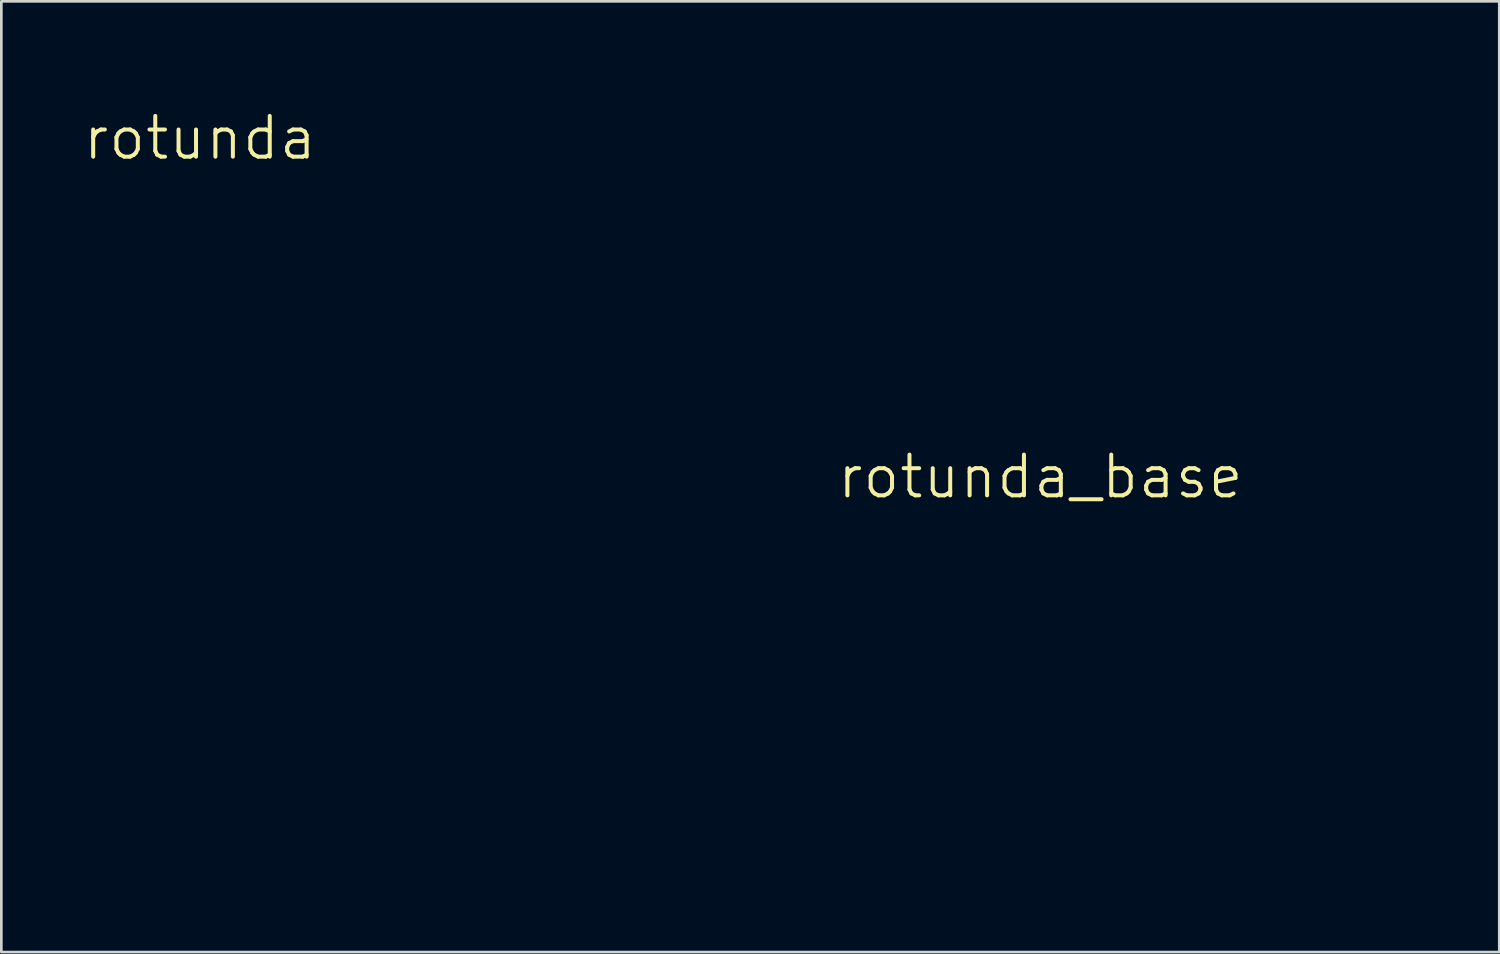
<source format=kicad_pcb>
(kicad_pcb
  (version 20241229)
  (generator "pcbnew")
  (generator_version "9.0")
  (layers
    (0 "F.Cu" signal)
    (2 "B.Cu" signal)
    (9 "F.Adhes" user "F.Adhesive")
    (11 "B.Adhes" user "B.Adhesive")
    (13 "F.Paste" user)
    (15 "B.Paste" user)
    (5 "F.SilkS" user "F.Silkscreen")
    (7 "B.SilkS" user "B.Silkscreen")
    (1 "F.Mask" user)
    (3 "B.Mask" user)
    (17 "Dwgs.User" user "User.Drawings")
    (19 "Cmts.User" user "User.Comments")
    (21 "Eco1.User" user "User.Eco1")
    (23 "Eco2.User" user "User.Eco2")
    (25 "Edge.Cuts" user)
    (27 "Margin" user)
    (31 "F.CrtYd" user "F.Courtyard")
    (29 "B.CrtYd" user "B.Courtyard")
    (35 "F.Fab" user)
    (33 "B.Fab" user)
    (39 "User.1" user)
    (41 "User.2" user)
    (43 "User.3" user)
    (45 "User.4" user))
  (footprint "rotunda_base"
    (layer "F.Cu")
    (at 35.868 14.782)
    (property "Reference" "rotunda_base" (at 0 0 0) (layer "F.SilkS") (effects (font (size 1.524 1.524) (thickness 0.15))))
    (attr through_hole)
    (fp_poly (pts (xy -0.341 -14.782) (xy -8.413 -12.159) (xy -8.964 -11.758) (xy -7.698 -10.098) (xy -7.225 -10.442) (xy -0.292 -12.694) (xy 0.292 -12.694) (xy 7.225 -10.442) (xy 7.698 -10.098) (xy 11.983 -4.201) (xy 12.164 -3.645) (xy 12.164 3.645) (xy 11.983 4.201) (xy 7.698 10.098) (xy 7.225 10.442) (xy 0.292 12.694) (xy -0.292 12.694) (xy -7.225 10.442) (xy -7.698 10.098) (xy -11.983 4.201) (xy -12.164 3.645) (xy -12.164 -3.645) (xy -11.983 -4.201) (xy -7.698 -10.098) (xy -8.964 -11.758) (xy -13.954 -4.892) (xy -14.163 -4.245) (xy -14.163 4.245) (xy -13.954 4.892) (xy -8.964 11.758) (xy -8.413 12.159) (xy -0.341 14.782) (xy 0.341 14.782) (xy 8.413 12.159) (xy 8.964 11.758) (xy 13.954 4.892) (xy 14.163 4.245) (xy 14.163 -4.245) (xy 13.954 -4.892) (xy 8.964 -11.758) (xy 8.413 -12.159) (xy 0.341 -14.782) (xy -0.341 -14.782)) (stroke (width 0.000001) (type solid)) (fill yes) (layer "F.Mask"))
    (fp_poly (pts (xy -0.341 -14.782) (xy -8.413 -12.159) (xy -8.964 -11.758) (xy -13.954 -4.892) (xy -14.163 -4.245) (xy -14.163 4.245) (xy -13.954 4.892) (xy -8.964 11.758) (xy -8.413 12.159) (xy -0.341 14.782) (xy 0.341 14.782) (xy 8.413 12.159) (xy 8.964 11.758) (xy 7.698 10.098) (xy 7.225 10.442) (xy 0.292 12.694) (xy -0.292 12.694) (xy -7.225 10.442) (xy -7.698 10.098) (xy -11.983 4.201) (xy -12.164 3.645) (xy -12.164 -3.645) (xy -11.983 -4.201) (xy -7.698 -10.098) (xy -7.225 -10.442) (xy -0.292 -12.694) (xy 0.292 -12.694) (xy 7.225 -10.442) (xy 7.698 -10.098) (xy 11.983 -4.201) (xy 12.164 -3.645) (xy 12.164 3.645) (xy 11.983 4.201) (xy 7.698 10.098) (xy 8.964 11.758) (xy 13.954 4.892) (xy 14.163 4.245) (xy 14.163 -4.245) (xy 13.954 -4.892) (xy 8.964 -11.758) (xy 8.413 -12.159) (xy 0.341 -14.782) (xy -0.341 -14.782)) (stroke (width 0.000001) (type solid)) (fill yes) (layer "B.Mask")))
  (footprint "rotunda"
    (layer "F.Cu")
    (at 4.427 2.113)
    (property "Reference" "rotunda" (at 0 0 0) (layer "F.SilkS") (effects (font (size 1.524 1.524) (thickness 0.15))))
    (attr through_hole)
    (fp_poly (pts (xy 7.348 -2.113) (xy 7.309 -2.113) (xy 7.271 -2.113) (xy 7.232 -2.112) (xy 7.194 -2.11) (xy 7.155 -2.107) (xy 7.117 -2.104) (xy 7.079 -2.1) (xy 7.041 -2.095) (xy 7.003 -2.09) (xy 6.965 -2.083) (xy 6.927 -2.077) (xy 6.889 -2.069) (xy 6.852 -2.061) (xy 6.814 -2.052) (xy 6.777 -2.043) (xy 6.74 -2.032) (xy 6.703 -2.021) (xy 6.666 -2.01) (xy -0.328 0.262) (xy -0.368 0.275) (xy -0.407 0.289) (xy -0.446 0.304) (xy -0.484 0.319) (xy -0.522 0.336) (xy -0.56 0.353) (xy -0.598 0.37) (xy -0.635 0.389) (xy -0.671 0.408) (xy -0.708 0.428) (xy -0.743 0.448) (xy -0.779 0.47) (xy -0.814 0.491) (xy -0.848 0.514) (xy -0.882 0.537) (xy -0.916 0.561) (xy -0.949 0.586) (xy -0.982 0.611) (xy -1.014 0.637) (xy -1.046 0.663) (xy -1.077 0.69) (xy -1.107 0.718) (xy -1.137 0.746) (xy -1.167 0.775) (xy -1.196 0.805) (xy -1.224 0.835) (xy -1.252 0.865) (xy -1.28 0.897) (xy -1.306 0.929) (xy -1.332 0.961) (xy -1.358 0.994) (xy -1.383 1.027) (xy 0.324 2.272) (xy 7.318 -0.000289) (xy 7.842 0.169) (xy 12.164 6.12) (xy 12.164 6.669) (xy 7.842 12.619) (xy 7.318 12.789) (xy 0.324 10.517) (xy 0 10.071) (xy 0 2.718) (xy 0.324 2.272) (xy -1.383 1.027) (xy -1.707 1.473) (xy -1.731 1.507) (xy -1.755 1.541) (xy -1.778 1.576) (xy -1.8 1.611) (xy -1.822 1.647) (xy -1.842 1.683) (xy -1.862 1.72) (xy -1.882 1.757) (xy -1.9 1.794) (xy -1.918 1.831) (xy -1.935 1.869) (xy -1.951 1.907) (xy -1.967 1.946) (xy -1.982 1.984) (xy -1.996 2.023) (xy -2.009 2.062) (xy -2.021 2.102) (xy -2.033 2.142) (xy -2.044 2.182) (xy -2.054 2.222) (xy -2.063 2.262) (xy -2.072 2.303) (xy -2.08 2.344) (xy -2.087 2.385) (xy -2.093 2.426) (xy -2.098 2.467) (xy -2.103 2.508) (xy -2.107 2.55) (xy -2.109 2.591) (xy -2.112 2.633) (xy -2.113 2.675) (xy -2.113 2.717) (xy -2.113 10.07) (xy -2.113 10.112) (xy -2.112 10.154) (xy -2.11 10.195) (xy -2.107 10.237) (xy -2.103 10.278) (xy -2.099 10.319) (xy -2.093 10.36) (xy -2.087 10.401) (xy -2.08 10.442) (xy -2.073 10.483) (xy -2.064 10.523) (xy -2.055 10.563) (xy -2.045 10.603) (xy -2.034 10.643) (xy -2.023 10.683) (xy -2.01 10.722) (xy -1.997 10.761) (xy -1.983 10.8) (xy -1.969 10.839) (xy -1.953 10.877) (xy -1.937 10.915) (xy -1.92 10.953) (xy -1.902 10.99) (xy -1.884 11.027) (xy -1.865 11.064) (xy -1.845 11.1) (xy -1.825 11.136) (xy -1.803 11.172) (xy -1.781 11.207) (xy -1.759 11.242) (xy -1.735 11.277) (xy -1.711 11.311) (xy -1.387 11.758) (xy -1.362 11.791) (xy -1.336 11.825) (xy -1.31 11.857) (xy -1.283 11.889) (xy -1.256 11.921) (xy -1.228 11.951) (xy -1.199 11.982) (xy -1.17 12.011) (xy -1.141 12.04) (xy -1.111 12.069) (xy -1.08 12.097) (xy -1.049 12.124) (xy -1.017 12.151) (xy -0.985 12.177) (xy -0.952 12.202) (xy -0.919 12.227) (xy -0.885 12.251) (xy -0.851 12.274) (xy -0.816 12.297) (xy -0.781 12.319) (xy -0.745 12.34) (xy -0.709 12.361) (xy -0.673 12.381) (xy -0.636 12.4) (xy -0.599 12.418) (xy -0.561 12.436) (xy -0.523 12.453) (xy -0.485 12.47) (xy -0.446 12.485) (xy -0.407 12.5) (xy -0.368 12.514) (xy -0.328 12.527) (xy 6.666 14.799) (xy 6.706 14.811) (xy 6.746 14.823) (xy 6.786 14.834) (xy 6.826 14.844) (xy 6.867 14.853) (xy 6.908 14.862) (xy 6.948 14.869) (xy 6.989 14.876) (xy 7.03 14.882) (xy 7.071 14.888) (xy 7.112 14.892) (xy 7.153 14.896) (xy 7.195 14.898) (xy 7.236 14.9) (xy 7.277 14.902) (xy 7.318 14.902) (xy 7.36 14.902) (xy 7.401 14.9) (xy 7.442 14.898) (xy 7.483 14.896) (xy 7.525 14.892) (xy 7.566 14.888) (xy 7.607 14.882) (xy 7.648 14.876) (xy 7.688 14.869) (xy 7.729 14.862) (xy 7.77 14.853) (xy 7.81 14.844) (xy 7.851 14.834) (xy 7.891 14.823) (xy 7.931 14.811) (xy 7.971 14.799) (xy 8.494 14.629) (xy 8.534 14.616) (xy 8.573 14.602) (xy 8.612 14.587) (xy 8.651 14.571) (xy 8.689 14.555) (xy 8.727 14.538) (xy 8.764 14.52) (xy 8.801 14.502) (xy 8.838 14.482) (xy 8.874 14.463) (xy 8.91 14.442) (xy 8.946 14.421) (xy 8.981 14.399) (xy 9.015 14.376) (xy 9.05 14.353) (xy 9.083 14.329) (xy 9.116 14.304) (xy 9.149 14.279) (xy 9.181 14.253) (xy 9.213 14.226) (xy 9.244 14.199) (xy 9.275 14.172) (xy 9.305 14.143) (xy 9.335 14.114) (xy 9.364 14.085) (xy 9.392 14.054) (xy 9.42 14.024) (xy 9.447 13.992) (xy 9.474 13.96) (xy 9.5 13.928) (xy 9.526 13.895) (xy 9.551 13.861) (xy 13.873 7.91) (xy 13.897 7.876) (xy 13.921 7.842) (xy 13.944 7.807) (xy 13.966 7.771) (xy 13.987 7.736) (xy 14.008 7.7) (xy 14.028 7.663) (xy 14.047 7.627) (xy 14.065 7.589) (xy 14.083 7.552) (xy 14.1 7.514) (xy 14.116 7.476) (xy 14.132 7.438) (xy 14.146 7.399) (xy 14.16 7.36) (xy 14.174 7.321) (xy 14.186 7.282) (xy 14.198 7.242) (xy 14.209 7.202) (xy 14.219 7.162) (xy 14.228 7.122) (xy 14.236 7.081) (xy 14.244 7.04) (xy 14.251 7) (xy 14.257 6.959) (xy 14.262 6.917) (xy 14.267 6.876) (xy 14.271 6.835) (xy 14.274 6.793) (xy 14.276 6.752) (xy 14.277 6.71) (xy 14.277 6.668) (xy 14.277 6.119) (xy 14.277 6.077) (xy 14.276 6.036) (xy 14.274 5.994) (xy 14.271 5.952) (xy 14.267 5.911) (xy 14.262 5.87) (xy 14.257 5.829) (xy 14.251 5.787) (xy 14.244 5.747) (xy 14.236 5.706) (xy 14.228 5.665) (xy 14.219 5.625) (xy 14.209 5.585) (xy 14.198 5.545) (xy 14.186 5.505) (xy 14.174 5.466) (xy 14.16 5.427) (xy 14.146 5.388) (xy 14.132 5.349) (xy 14.116 5.311) (xy 14.1 5.273) (xy 14.083 5.235) (xy 14.065 5.198) (xy 14.047 5.161) (xy 14.028 5.124) (xy 14.008 5.087) (xy 13.987 5.051) (xy 13.966 5.016) (xy 13.944 4.98) (xy 13.921 4.945) (xy 13.897 4.911) (xy 13.873 4.877) (xy 9.551 -1.072) (xy 9.526 -1.106) (xy 9.5 -1.139) (xy 9.474 -1.171) (xy 9.447 -1.203) (xy 9.42 -1.235) (xy 9.392 -1.265) (xy 9.364 -1.296) (xy 9.335 -1.325) (xy 9.305 -1.354) (xy 9.275 -1.383) (xy 9.244 -1.41) (xy 9.213 -1.437) (xy 9.181 -1.464) (xy 9.149 -1.49) (xy 9.116 -1.515) (xy 9.083 -1.54) (xy 9.05 -1.564) (xy 9.015 -1.587) (xy 8.981 -1.61) (xy 8.946 -1.632) (xy 8.91 -1.653) (xy 8.874 -1.673) (xy 8.838 -1.693) (xy 8.801 -1.713) (xy 8.764 -1.731) (xy 8.727 -1.749) (xy 8.689 -1.766) (xy 8.651 -1.782) (xy 8.612 -1.798) (xy 8.573 -1.812) (xy 8.534 -1.827) (xy 8.494 -1.84) (xy 7.971 -2.01) (xy 7.933 -2.022) (xy 7.895 -2.033) (xy 7.857 -2.043) (xy 7.818 -2.053) (xy 7.78 -2.062) (xy 7.741 -2.07) (xy 7.702 -2.078) (xy 7.663 -2.085) (xy 7.624 -2.091) (xy 7.585 -2.096) (xy 7.545 -2.101) (xy 7.506 -2.105) (xy 7.467 -2.108) (xy 7.427 -2.111) (xy 7.387 -2.112) (xy 7.348 -2.113)) (stroke (width 0.000001) (type solid)) (fill yes) (layer "F.Mask"))
    (fp_poly (pts (xy 7.348 -2.113) (xy 7.309 -2.113) (xy 7.271 -2.113) (xy 7.232 -2.112) (xy 7.194 -2.11) (xy 7.155 -2.107) (xy 7.117 -2.104) (xy 7.079 -2.1) (xy 7.041 -2.095) (xy 7.003 -2.09) (xy 6.965 -2.083) (xy 6.927 -2.077) (xy 6.889 -2.069) (xy 6.852 -2.061) (xy 6.814 -2.052) (xy 6.777 -2.043) (xy 6.74 -2.032) (xy 6.703 -2.021) (xy 6.666 -2.01) (xy -0.328 0.262) (xy -0.368 0.275) (xy -0.407 0.289) (xy -0.446 0.304) (xy -0.484 0.319) (xy -0.522 0.336) (xy -0.56 0.353) (xy -0.598 0.37) (xy -0.635 0.389) (xy -0.671 0.408) (xy -0.708 0.428) (xy -0.743 0.448) (xy -0.779 0.47) (xy -0.814 0.491) (xy -0.848 0.514) (xy -0.882 0.537) (xy -0.916 0.561) (xy -0.949 0.586) (xy -0.982 0.611) (xy -1.014 0.637) (xy -1.046 0.663) (xy -1.077 0.69) (xy -1.107 0.718) (xy -1.137 0.746) (xy -1.167 0.775) (xy -1.196 0.805) (xy -1.224 0.835) (xy -1.252 0.865) (xy -1.28 0.897) (xy -1.306 0.929) (xy -1.332 0.961) (xy -1.358 0.994) (xy -1.383 1.027) (xy 0.324 2.272) (xy 7.318 -0.000289) (xy 7.842 0.169) (xy 12.164 6.12) (xy 12.164 6.669) (xy 7.842 12.619) (xy 7.318 12.789) (xy 0.324 10.517) (xy 0 10.071) (xy 0 2.718) (xy 0.324 2.272) (xy -1.383 1.027) (xy -1.707 1.473) (xy -1.731 1.507) (xy -1.755 1.541) (xy -1.778 1.576) (xy -1.8 1.611) (xy -1.822 1.647) (xy -1.842 1.683) (xy -1.862 1.72) (xy -1.882 1.757) (xy -1.9 1.794) (xy -1.918 1.831) (xy -1.935 1.869) (xy -1.951 1.907) (xy -1.967 1.946) (xy -1.982 1.984) (xy -1.996 2.023) (xy -2.009 2.062) (xy -2.021 2.102) (xy -2.033 2.142) (xy -2.044 2.182) (xy -2.054 2.222) (xy -2.063 2.262) (xy -2.072 2.303) (xy -2.08 2.344) (xy -2.087 2.385) (xy -2.093 2.426) (xy -2.098 2.467) (xy -2.103 2.508) (xy -2.107 2.55) (xy -2.109 2.591) (xy -2.112 2.633) (xy -2.113 2.675) (xy -2.113 2.717) (xy -2.113 10.07) (xy -2.113 10.112) (xy -2.112 10.154) (xy -2.11 10.195) (xy -2.107 10.237) (xy -2.103 10.278) (xy -2.099 10.319) (xy -2.093 10.36) (xy -2.087 10.401) (xy -2.08 10.442) (xy -2.073 10.483) (xy -2.064 10.523) (xy -2.055 10.563) (xy -2.045 10.603) (xy -2.034 10.643) (xy -2.023 10.683) (xy -2.01 10.722) (xy -1.997 10.761) (xy -1.983 10.8) (xy -1.969 10.839) (xy -1.953 10.877) (xy -1.937 10.915) (xy -1.92 10.953) (xy -1.902 10.99) (xy -1.884 11.027) (xy -1.865 11.064) (xy -1.845 11.1) (xy -1.825 11.136) (xy -1.803 11.172) (xy -1.781 11.207) (xy -1.759 11.242) (xy -1.735 11.277) (xy -1.711 11.311) (xy -1.387 11.758) (xy -1.362 11.791) (xy -1.336 11.825) (xy -1.31 11.857) (xy -1.283 11.889) (xy -1.256 11.921) (xy -1.228 11.951) (xy -1.199 11.982) (xy -1.17 12.011) (xy -1.141 12.04) (xy -1.111 12.069) (xy -1.08 12.097) (xy -1.049 12.124) (xy -1.017 12.151) (xy -0.985 12.177) (xy -0.952 12.202) (xy -0.919 12.227) (xy -0.885 12.251) (xy -0.851 12.274) (xy -0.816 12.297) (xy -0.781 12.319) (xy -0.745 12.34) (xy -0.709 12.361) (xy -0.673 12.381) (xy -0.636 12.4) (xy -0.599 12.418) (xy -0.561 12.436) (xy -0.523 12.453) (xy -0.485 12.47) (xy -0.446 12.485) (xy -0.407 12.5) (xy -0.368 12.514) (xy -0.328 12.527) (xy 6.666 14.799) (xy 6.706 14.811) (xy 6.746 14.823) (xy 6.786 14.834) (xy 6.826 14.844) (xy 6.867 14.853) (xy 6.908 14.862) (xy 6.948 14.869) (xy 6.989 14.876) (xy 7.03 14.882) (xy 7.071 14.888) (xy 7.112 14.892) (xy 7.153 14.896) (xy 7.195 14.898) (xy 7.236 14.9) (xy 7.277 14.902) (xy 7.318 14.902) (xy 7.36 14.902) (xy 7.401 14.9) (xy 7.442 14.898) (xy 7.483 14.896) (xy 7.525 14.892) (xy 7.566 14.888) (xy 7.607 14.882) (xy 7.648 14.876) (xy 7.688 14.869) (xy 7.729 14.862) (xy 7.77 14.853) (xy 7.81 14.844) (xy 7.851 14.834) (xy 7.891 14.823) (xy 7.931 14.811) (xy 7.971 14.799) (xy 8.494 14.629) (xy 8.534 14.616) (xy 8.573 14.602) (xy 8.612 14.587) (xy 8.651 14.571) (xy 8.689 14.555) (xy 8.727 14.538) (xy 8.764 14.52) (xy 8.801 14.502) (xy 8.838 14.482) (xy 8.874 14.463) (xy 8.91 14.442) (xy 8.946 14.421) (xy 8.981 14.399) (xy 9.015 14.376) (xy 9.05 14.353) (xy 9.083 14.329) (xy 9.116 14.304) (xy 9.149 14.279) (xy 9.181 14.253) (xy 9.213 14.226) (xy 9.244 14.199) (xy 9.275 14.172) (xy 9.305 14.143) (xy 9.335 14.114) (xy 9.364 14.085) (xy 9.392 14.054) (xy 9.42 14.024) (xy 9.447 13.992) (xy 9.474 13.96) (xy 9.5 13.928) (xy 9.526 13.895) (xy 9.551 13.861) (xy 13.873 7.91) (xy 13.897 7.876) (xy 13.921 7.842) (xy 13.944 7.807) (xy 13.966 7.771) (xy 13.987 7.736) (xy 14.008 7.7) (xy 14.028 7.663) (xy 14.047 7.627) (xy 14.065 7.589) (xy 14.083 7.552) (xy 14.1 7.514) (xy 14.116 7.476) (xy 14.132 7.438) (xy 14.146 7.399) (xy 14.16 7.36) (xy 14.174 7.321) (xy 14.186 7.282) (xy 14.198 7.242) (xy 14.209 7.202) (xy 14.219 7.162) (xy 14.228 7.122) (xy 14.236 7.081) (xy 14.244 7.04) (xy 14.251 7) (xy 14.257 6.959) (xy 14.262 6.917) (xy 14.267 6.876) (xy 14.271 6.835) (xy 14.274 6.793) (xy 14.276 6.752) (xy 14.277 6.71) (xy 14.277 6.668) (xy 14.277 6.119) (xy 14.277 6.077) (xy 14.276 6.036) (xy 14.274 5.994) (xy 14.271 5.952) (xy 14.267 5.911) (xy 14.262 5.87) (xy 14.257 5.829) (xy 14.251 5.787) (xy 14.244 5.747) (xy 14.236 5.706) (xy 14.228 5.665) (xy 14.219 5.625) (xy 14.209 5.585) (xy 14.198 5.545) (xy 14.186 5.505) (xy 14.174 5.466) (xy 14.16 5.427) (xy 14.146 5.388) (xy 14.132 5.349) (xy 14.116 5.311) (xy 14.1 5.273) (xy 14.083 5.235) (xy 14.065 5.198) (xy 14.047 5.161) (xy 14.028 5.124) (xy 14.008 5.087) (xy 13.987 5.051) (xy 13.966 5.016) (xy 13.944 4.98) (xy 13.921 4.945) (xy 13.897 4.911) (xy 13.873 4.877) (xy 9.551 -1.072) (xy 9.526 -1.106) (xy 9.5 -1.139) (xy 9.474 -1.171) (xy 9.447 -1.203) (xy 9.42 -1.235) (xy 9.392 -1.265) (xy 9.364 -1.296) (xy 9.335 -1.325) (xy 9.305 -1.354) (xy 9.275 -1.383) (xy 9.244 -1.41) (xy 9.213 -1.437) (xy 9.181 -1.464) (xy 9.149 -1.49) (xy 9.116 -1.515) (xy 9.083 -1.54) (xy 9.05 -1.564) (xy 9.015 -1.587) (xy 8.981 -1.61) (xy 8.946 -1.632) (xy 8.91 -1.653) (xy 8.874 -1.673) (xy 8.838 -1.693) (xy 8.801 -1.713) (xy 8.764 -1.731) (xy 8.727 -1.749) (xy 8.689 -1.766) (xy 8.651 -1.782) (xy 8.612 -1.798) (xy 8.573 -1.812) (xy 8.534 -1.827) (xy 8.494 -1.84) (xy 7.971 -2.01) (xy 7.933 -2.022) (xy 7.895 -2.033) (xy 7.857 -2.043) (xy 7.818 -2.053) (xy 7.78 -2.062) (xy 7.741 -2.07) (xy 7.702 -2.078) (xy 7.663 -2.085) (xy 7.624 -2.091) (xy 7.585 -2.096) (xy 7.545 -2.101) (xy 7.506 -2.105) (xy 7.467 -2.108) (xy 7.427 -2.111) (xy 7.387 -2.112) (xy 7.348 -2.113)) (stroke (width 0.000001) (type solid)) (fill yes) (layer "B.Mask")))
  (gr_rect
    (start -3 -3)
    (end 53.031 32.563)
    (stroke (width 0.1) (type default))
    (fill no)
    (layer "Edge.Cuts")))
</source>
